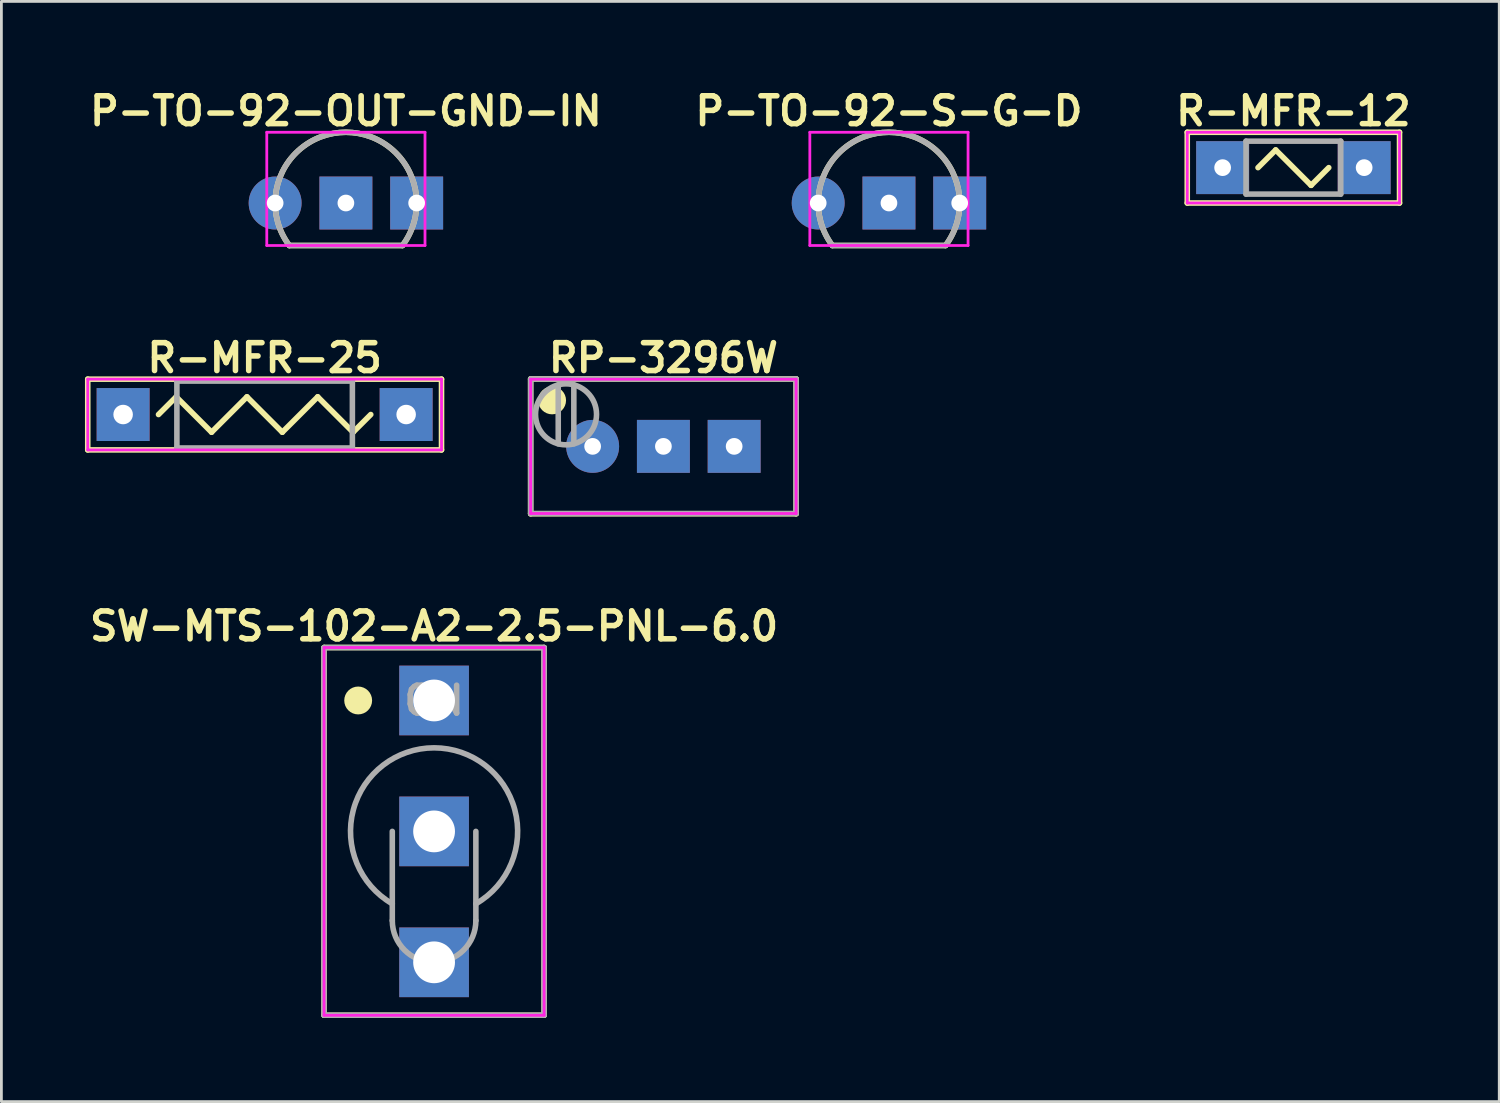
<source format=kicad_pcb>
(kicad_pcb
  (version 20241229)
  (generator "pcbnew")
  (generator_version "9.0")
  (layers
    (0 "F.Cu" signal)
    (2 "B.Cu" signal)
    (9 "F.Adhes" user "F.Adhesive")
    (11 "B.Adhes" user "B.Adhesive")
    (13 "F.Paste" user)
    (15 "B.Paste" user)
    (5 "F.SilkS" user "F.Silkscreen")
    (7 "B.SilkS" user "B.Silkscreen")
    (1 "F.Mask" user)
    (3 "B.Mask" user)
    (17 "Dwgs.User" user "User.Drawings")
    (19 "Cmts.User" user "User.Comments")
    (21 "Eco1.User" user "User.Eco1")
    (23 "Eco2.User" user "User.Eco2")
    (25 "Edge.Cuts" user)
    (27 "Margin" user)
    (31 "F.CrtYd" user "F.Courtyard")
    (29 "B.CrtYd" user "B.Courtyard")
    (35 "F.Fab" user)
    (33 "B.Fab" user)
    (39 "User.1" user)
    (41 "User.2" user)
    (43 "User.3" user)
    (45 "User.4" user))
  (footprint "P-TO-92-OUT-GND-IN"
    (layer "F.Cu")
    (at 9.367 4.238)
    (property "Reference" "P-TO-92-OUT-GND-IN" (at 0 -3.302 0) (layer "F.SilkS") (effects (font (size 1 1) (thickness 0.2))))
    (attr through_hole)
    (fp_line (start -2.031 1.525) (end 2.031 1.525) (stroke (width 0.2) (type solid)) (layer "F.SilkS"))
    (fp_arc (start -2.03125 1.525) (mid 0 -2.54) (end 2.03125 1.525) (stroke (width 0.2) (type solid)) (layer "F.SilkS"))
    (fp_line (start -2.84 -2.54) (end -2.84 1.525) (stroke (width 0.1) (type solid)) (layer "F.CrtYd"))
    (fp_line (start -2.84 -2.54) (end 2.84 -2.54) (stroke (width 0.1) (type solid)) (layer "F.CrtYd"))
    (fp_line (start -2.84 1.525) (end 2.84 1.525) (stroke (width 0.1) (type solid)) (layer "F.CrtYd"))
    (fp_line (start 2.84 -2.54) (end 2.84 1.525) (stroke (width 0.1) (type solid)) (layer "F.CrtYd"))
    (fp_line (start -2.031 1.525) (end 2.031 1.525) (stroke (width 0.2) (type solid)) (layer "F.Fab"))
    (fp_arc (start -2.03125 1.525) (mid 0.000084 -2.54) (end 2.031149 1.525135) (stroke (width 0.2) (type solid)) (layer "F.Fab"))
    (pad "GND" thru_hole rect (at 0 0) (size 1.9 1.9) (drill 0.6) (layers "*.Cu" "*.Mask"))
    (pad "IN" thru_hole rect (at 2.54 0) (size 1.9 1.9) (drill 0.6) (layers "*.Cu" "*.Mask"))
    (pad "OUT" thru_hole circle (at -2.54 0) (size 1.9 1.9) (drill 0.6) (layers "*.Cu" "*.Mask")))
  (footprint "RP-3296W"
    (layer "F.Cu")
    (at 20.765 12.974)
    (property "Reference" "RP-3296W" (at 0 -3.175 0) (layer "F.SilkS") (effects (font (size 1 1) (thickness 0.2))))
    (attr through_hole)
    (fp_line (start -4.765 -2.42) (end -4.765 2.42) (stroke (width 0.2) (type solid)) (layer "F.SilkS"))
    (fp_line (start -4.765 -2.42) (end 4.765 -2.42) (stroke (width 0.2) (type solid)) (layer "F.SilkS"))
    (fp_line (start -4.765 2.42) (end 4.765 2.42) (stroke (width 0.2) (type solid)) (layer "F.SilkS"))
    (fp_line (start 4.765 -2.42) (end 4.765 2.42) (stroke (width 0.2) (type solid)) (layer "F.SilkS"))
    (fp_circle (center -3.995 -1.65) (end -3.745 -1.65) (stroke (width 0.5) (type solid)) (fill no) (layer "F.SilkS"))
    (fp_line (start -4.765 -2.41) (end -4.765 2.41) (stroke (width 0.1) (type solid)) (layer "F.CrtYd"))
    (fp_line (start -4.765 -2.41) (end 4.765 -2.41) (stroke (width 0.1) (type solid)) (layer "F.CrtYd"))
    (fp_line (start -4.765 2.41) (end 4.765 2.41) (stroke (width 0.1) (type solid)) (layer "F.CrtYd"))
    (fp_line (start 4.765 -2.41) (end 4.765 2.41) (stroke (width 0.1) (type solid)) (layer "F.CrtYd"))
    (fp_line (start -4.765 -2.42) (end -4.765 2.41) (stroke (width 0.2) (type solid)) (layer "F.Fab"))
    (fp_line (start -4.765 -2.42) (end 4.765 -2.42) (stroke (width 0.2) (type solid)) (layer "F.Fab"))
    (fp_line (start -4.765 2.41) (end 4.765 2.41) (stroke (width 0.2) (type solid)) (layer "F.Fab"))
    (fp_line (start -3.775 -2.209) (end -3.775 -0.091) (stroke (width 0.2) (type solid)) (layer "F.Fab"))
    (fp_line (start -3.215 -2.209) (end -3.215 -0.091) (stroke (width 0.2) (type solid)) (layer "F.Fab"))
    (fp_line (start 4.765 -2.42) (end 4.765 2.41) (stroke (width 0.2) (type solid)) (layer "F.Fab"))
    (fp_circle (center -3.495 -1.15) (end -2.4 -1.15) (stroke (width 0.2) (type solid)) (fill no) (layer "F.Fab"))
    (pad "1" thru_hole circle (at -2.54 0) (size 1.9 1.9) (drill 0.6) (layers "*.Cu" "*.Mask"))
    (pad "2" thru_hole rect (at 0 0) (size 1.9 1.9) (drill 0.6) (layers "*.Cu" "*.Mask"))
    (pad "3" thru_hole rect (at 2.54 0) (size 1.9 1.9) (drill 0.6) (layers "*.Cu" "*.Mask")))
  (footprint "SW-MTS-102-A2-2.5-PNL-6.0"
    (layer "F.Cu")
    (at 12.533 26.796)
    (property "Reference" "SW-MTS-102-A2-2.5-PNL-6.0" (at 0 -7.366 0) (layer "F.SilkS") (effects (font (size 1 1) (thickness 0.2))))
    (attr through_hole)
    (fp_line (start -3.95 -6.6) (end -3.95 6.6) (stroke (width 0.2) (type solid)) (layer "F.SilkS"))
    (fp_line (start -3.95 -6.6) (end 3.95 -6.6) (stroke (width 0.2) (type solid)) (layer "F.SilkS"))
    (fp_line (start -3.95 6.6) (end 3.95 6.6) (stroke (width 0.2) (type solid)) (layer "F.SilkS"))
    (fp_line (start 3.95 -6.6) (end 3.95 6.6) (stroke (width 0.2) (type solid)) (layer "F.SilkS"))
    (fp_circle (center -2.725 -4.7) (end -2.475 -4.7) (stroke (width 0.5) (type solid)) (fill no) (layer "F.SilkS"))
    (fp_circle (center 0 0) (end 3 0) (stroke (width 0.4) (type solid)) (fill no) (layer "Eco1.User"))
    (fp_line (start -3.95 -6.6) (end -3.95 6.6) (stroke (width 0.1) (type solid)) (layer "F.CrtYd"))
    (fp_line (start -3.95 -6.6) (end 3.95 -6.6) (stroke (width 0.1) (type solid)) (layer "F.CrtYd"))
    (fp_line (start -3.95 6.6) (end 3.95 6.6) (stroke (width 0.1) (type solid)) (layer "F.CrtYd"))
    (fp_line (start 3.95 -6.6) (end 3.95 6.6) (stroke (width 0.1) (type solid)) (layer "F.CrtYd"))
    (fp_line (start -3.95 -6.6) (end -3.95 6.6) (stroke (width 0.2) (type solid)) (layer "F.Fab"))
    (fp_line (start -3.95 -6.6) (end 3.95 -6.6) (stroke (width 0.2) (type solid)) (layer "F.Fab"))
    (fp_line (start -3.95 6.6) (end 3.95 6.6) (stroke (width 0.2) (type solid)) (layer "F.Fab"))
    (fp_line (start -1.5 0) (end -1.5 3.2) (stroke (width 0.2) (type solid)) (layer "F.Fab"))
    (fp_line (start 1.5 0) (end 1.5 3.2) (stroke (width 0.2) (type solid)) (layer "F.Fab"))
    (fp_line (start 3.95 -6.6) (end 3.95 6.6) (stroke (width 0.2) (type solid)) (layer "F.Fab"))
    (fp_arc (start -1.5 2.598076) (mid 0 -3) (end 1.5 2.598076) (stroke (width 0.2) (type solid)) (layer "F.Fab"))
    (fp_arc (start 1.5 3.2) (mid 0 4.7) (end -1.5 3.2) (stroke (width 0.2) (type solid)) (layer "F.Fab"))
    (fp_text user "ON" (at 0 -4.7 0) (layer "F.Fab") (effects (font (size 1 1) (thickness 0.2))))
    (pad "COM" thru_hole rect (at 0 0) (size 2.5 2.5) (drill 1.5) (layers "*.Cu" "*.Mask"))
    (pad "NC" thru_hole rect (at 0 -4.7) (size 2.5 2.5) (drill 1.5) (layers "*.Cu" "*.Mask"))
    (pad "NO" thru_hole rect (at 0 4.7) (size 2.5 2.5) (drill 1.5) (layers "*.Cu" "*.Mask")))
  (footprint "R-MFR-25"
    (layer "F.Cu")
    (at 6.45 11.831)
    (property "Reference" "R-MFR-25" (at 0 -2.032 0) (layer "F.SilkS") (effects (font (size 1 1) (thickness 0.2))))
    (attr through_hole)
    (fp_line (start -6.35 -1.27) (end -6.35 1.27) (stroke (width 0.2) (type solid)) (layer "F.SilkS"))
    (fp_line (start -6.35 -1.27) (end 6.35 -1.27) (stroke (width 0.2) (type solid)) (layer "F.SilkS"))
    (fp_line (start -6.35 1.27) (end 6.35 1.27) (stroke (width 0.2) (type solid)) (layer "F.SilkS"))
    (fp_line (start -3.81 0) (end -3.175 -0.635) (stroke (width 0.2) (type solid)) (layer "F.SilkS"))
    (fp_line (start -3.175 -0.635) (end -1.905 0.635) (stroke (width 0.2) (type solid)) (layer "F.SilkS"))
    (fp_line (start -1.905 0.635) (end -0.635 -0.635) (stroke (width 0.2) (type solid)) (layer "F.SilkS"))
    (fp_line (start -0.635 -0.635) (end 0.635 0.635) (stroke (width 0.2) (type solid)) (layer "F.SilkS"))
    (fp_line (start 0.635 0.635) (end 1.905 -0.635) (stroke (width 0.2) (type solid)) (layer "F.SilkS"))
    (fp_line (start 1.905 -0.635) (end 3.175 0.635) (stroke (width 0.2) (type solid)) (layer "F.SilkS"))
    (fp_line (start 3.175 0.635) (end 3.81 0) (stroke (width 0.2) (type solid)) (layer "F.SilkS"))
    (fp_line (start 6.35 -1.27) (end 6.35 1.27) (stroke (width 0.2) (type solid)) (layer "F.SilkS"))
    (fp_line (start -6.35 -1.27) (end 6.35 -1.27) (stroke (width 0.1) (type solid)) (layer "F.CrtYd"))
    (fp_line (start -6.35 1.27) (end -6.35 -1.27) (stroke (width 0.1) (type solid)) (layer "F.CrtYd"))
    (fp_line (start 6.35 -1.27) (end 6.35 1.27) (stroke (width 0.1) (type solid)) (layer "F.CrtYd"))
    (fp_line (start 6.35 1.27) (end -6.35 1.27) (stroke (width 0.1) (type solid)) (layer "F.CrtYd"))
    (fp_line (start -3.15 -1.2) (end -3.15 1.2) (stroke (width 0.2) (type solid)) (layer "F.Fab"))
    (fp_line (start -3.15 -1.2) (end 3.15 -1.2) (stroke (width 0.2) (type solid)) (layer "F.Fab"))
    (fp_line (start -3.15 1.2) (end 3.15 1.2) (stroke (width 0.2) (type solid)) (layer "F.Fab"))
    (fp_line (start 3.15 -1.2) (end 3.15 1.2) (stroke (width 0.2) (type solid)) (layer "F.Fab"))
    (pad "1" thru_hole rect (at -5.08 0) (size 1.9 1.9) (drill 0.7) (layers "*.Cu" "*.Mask"))
    (pad "2" thru_hole rect (at 5.08 0) (size 1.9 1.9) (drill 0.7) (layers "*.Cu" "*.Mask")))
  (footprint "R-MFR-12"
    (layer "F.Cu")
    (at 43.381 2.968)
    (property "Reference" "R-MFR-12" (at 0 -2.032 0) (layer "F.SilkS") (effects (font (size 1 1) (thickness 0.2))))
    (attr through_hole)
    (fp_line (start -3.81 -1.27) (end -3.81 1.27) (stroke (width 0.2) (type solid)) (layer "F.SilkS"))
    (fp_line (start -3.81 -1.27) (end 3.81 -1.27) (stroke (width 0.2) (type solid)) (layer "F.SilkS"))
    (fp_line (start -3.81 1.27) (end 3.81 1.27) (stroke (width 0.2) (type solid)) (layer "F.SilkS"))
    (fp_line (start -1.27 0) (end -0.635 -0.635) (stroke (width 0.2) (type solid)) (layer "F.SilkS"))
    (fp_line (start -0.635 -0.635) (end 0.635 0.635) (stroke (width 0.2) (type solid)) (layer "F.SilkS"))
    (fp_line (start 0.635 0.635) (end 1.27 0) (stroke (width 0.2) (type solid)) (layer "F.SilkS"))
    (fp_line (start 3.81 -1.27) (end 3.81 1.27) (stroke (width 0.2) (type solid)) (layer "F.SilkS"))
    (fp_line (start -3.81 -1.27) (end 3.81 -1.27) (stroke (width 0.1) (type solid)) (layer "F.CrtYd"))
    (fp_line (start -3.81 1.27) (end -3.81 -1.27) (stroke (width 0.1) (type solid)) (layer "F.CrtYd"))
    (fp_line (start 3.81 -1.27) (end 3.81 1.27) (stroke (width 0.1) (type solid)) (layer "F.CrtYd"))
    (fp_line (start 3.81 1.27) (end -3.81 1.27) (stroke (width 0.1) (type solid)) (layer "F.CrtYd"))
    (fp_line (start -1.7 -0.95) (end -1.7 0.95) (stroke (width 0.2) (type solid)) (layer "F.Fab"))
    (fp_line (start -1.7 -0.95) (end 1.7 -0.95) (stroke (width 0.2) (type solid)) (layer "F.Fab"))
    (fp_line (start -1.7 0.95) (end 1.7 0.95) (stroke (width 0.2) (type solid)) (layer "F.Fab"))
    (fp_line (start 1.7 -0.95) (end 1.7 0.95) (stroke (width 0.2) (type solid)) (layer "F.Fab"))
    (pad "1" thru_hole rect (at -2.54 0) (size 1.9 1.9) (drill 0.6) (layers "*.Cu" "*.Mask"))
    (pad "2" thru_hole rect (at 2.54 0) (size 1.9 1.9) (drill 0.6) (layers "*.Cu" "*.Mask")))
  (footprint "P-TO-92-S-G-D"
    (layer "F.Cu")
    (at 28.862 4.238)
    (property "Reference" "P-TO-92-S-G-D" (at 0 -3.302 0) (layer "F.SilkS") (effects (font (size 1 1) (thickness 0.2))))
    (attr through_hole)
    (fp_line (start -2.031 1.525) (end 2.031 1.525) (stroke (width 0.2) (type solid)) (layer "F.SilkS"))
    (fp_arc (start -2.03125 1.525) (mid 0 -2.54) (end 2.03125 1.525) (stroke (width 0.2) (type solid)) (layer "F.SilkS"))
    (fp_line (start -2.84 -2.54) (end -2.84 1.525) (stroke (width 0.1) (type solid)) (layer "F.CrtYd"))
    (fp_line (start -2.84 -2.54) (end 2.84 -2.54) (stroke (width 0.1) (type solid)) (layer "F.CrtYd"))
    (fp_line (start -2.84 1.525) (end 2.84 1.525) (stroke (width 0.1) (type solid)) (layer "F.CrtYd"))
    (fp_line (start 2.84 -2.54) (end 2.84 1.525) (stroke (width 0.1) (type solid)) (layer "F.CrtYd"))
    (fp_line (start -2.031 1.525) (end 2.031 1.525) (stroke (width 0.2) (type solid)) (layer "F.Fab"))
    (fp_arc (start -2.03125 1.525) (mid 0.000084 -2.54) (end 2.031149 1.525135) (stroke (width 0.2) (type solid)) (layer "F.Fab"))
    (pad "D" thru_hole rect (at 2.54 0) (size 1.9 1.9) (drill 0.6) (layers "*.Cu" "*.Mask"))
    (pad "G" thru_hole rect (at 0 0) (size 1.9 1.9) (drill 0.6) (layers "*.Cu" "*.Mask"))
    (pad "S" thru_hole circle (at -2.54 0) (size 1.9 1.9) (drill 0.6) (layers "*.Cu" "*.Mask")))
  (gr_rect
    (start -3 -3)
    (end 50.771 36.496)
    (stroke (width 0.1) (type default))
    (fill no)
    (layer "Edge.Cuts")))
</source>
